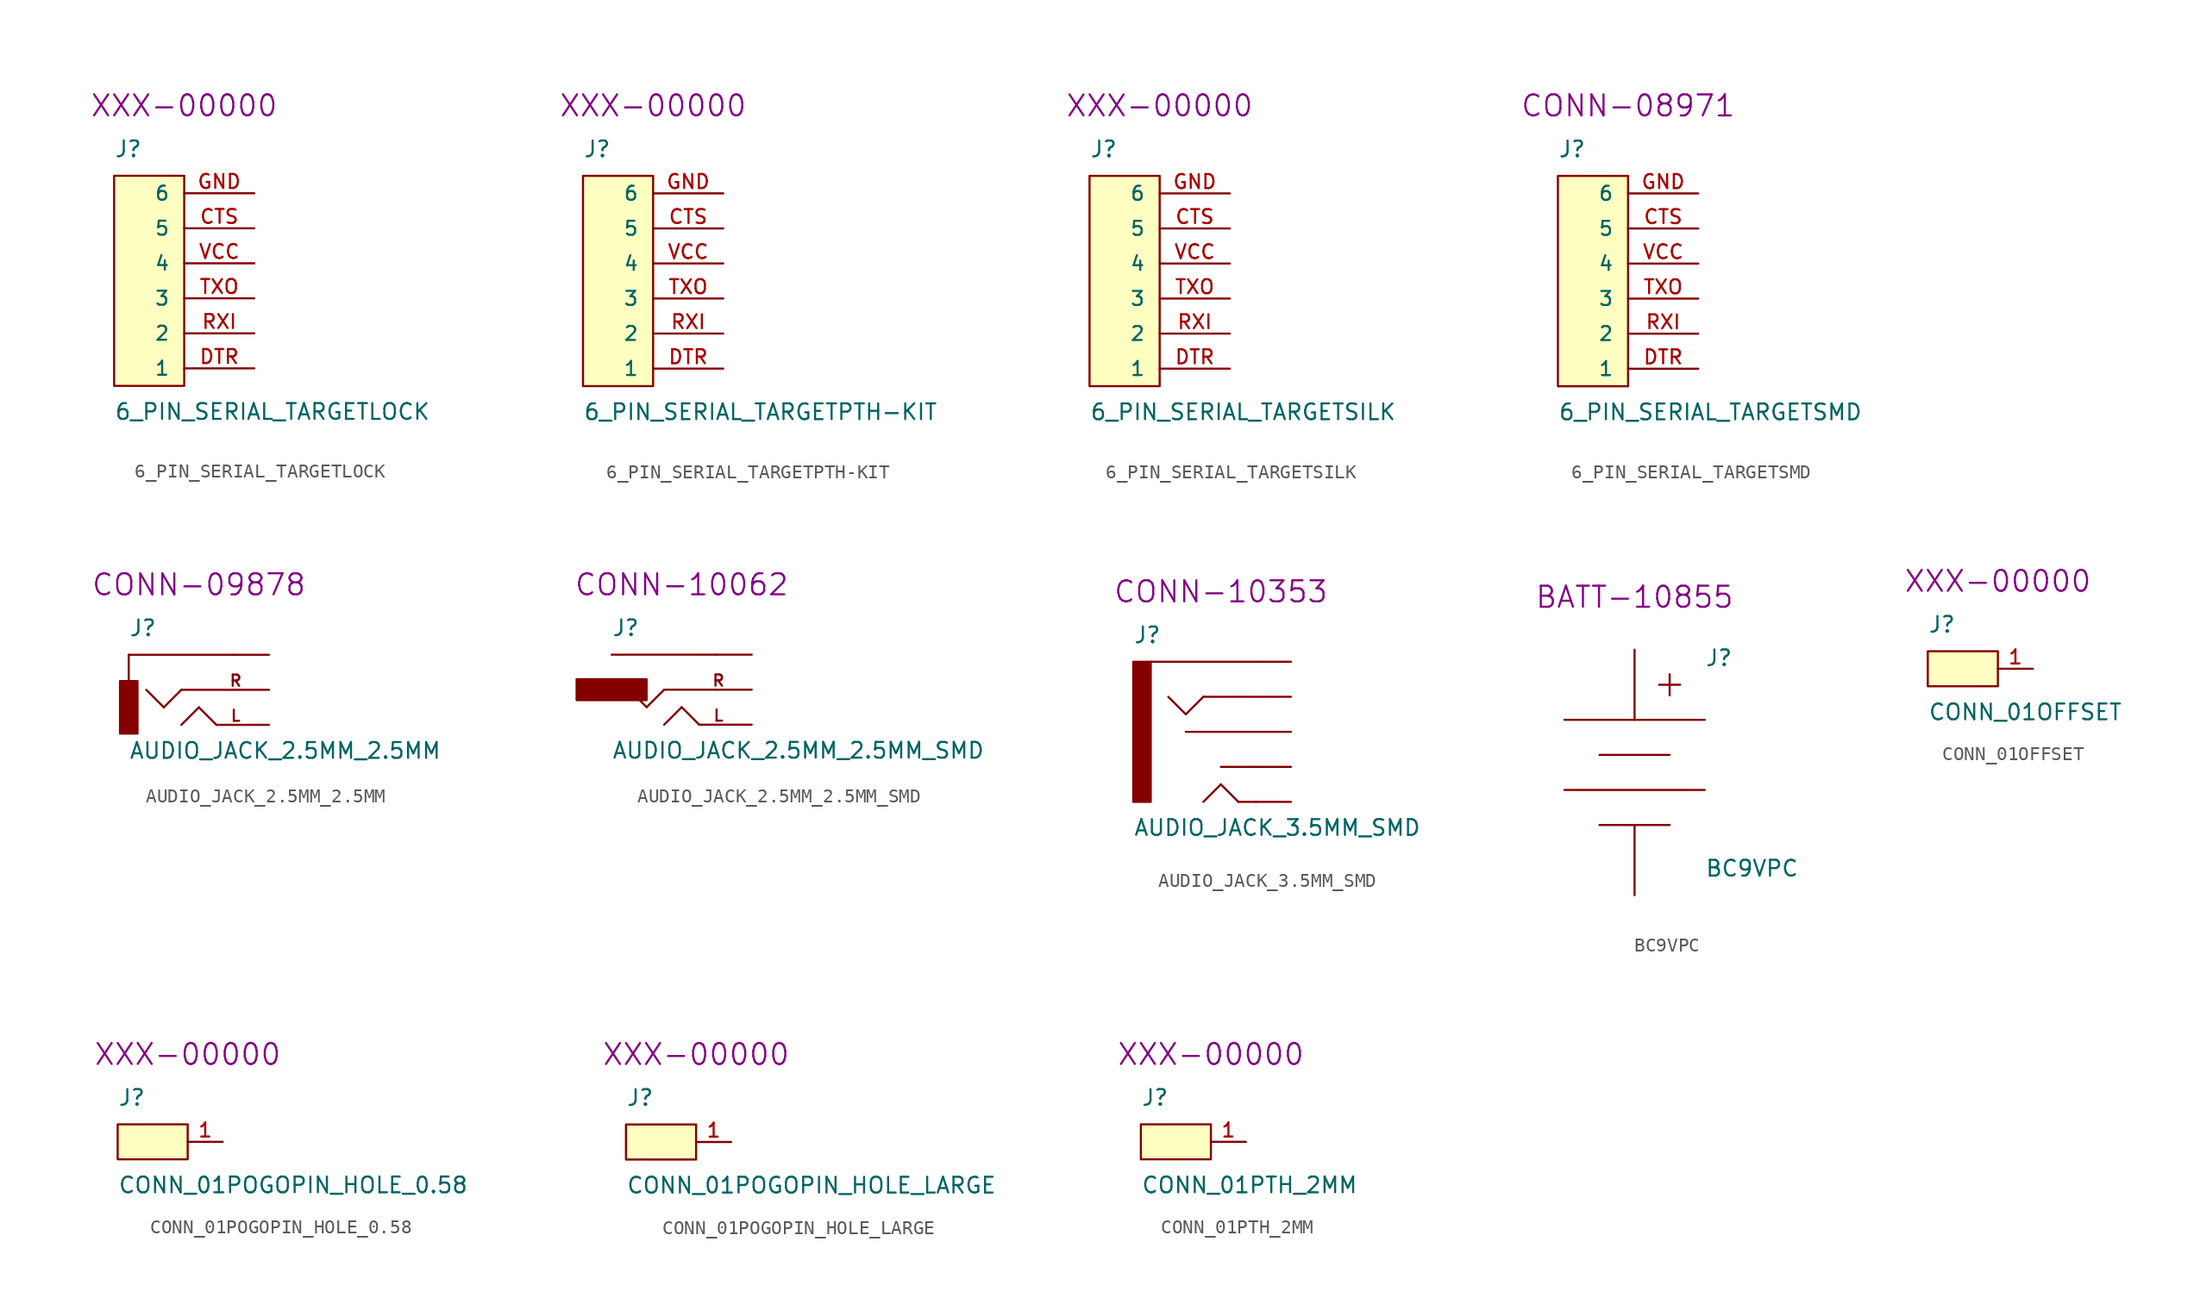
<source format=kicad_sym>
(kicad_symbol_lib
  (version 20220914)
  (generator kicad_symbol_editor)
  (symbol "6_PIN_SERIAL_TARGETLOCK"
    (pin_names
      (offset 1.016))
    (property "Reference" "J"
      (at -5.08 15.24 0)
      (effects (font (size 1.143 1.143)) (justify left bottom)))
    (property "Value" "6_PIN_SERIAL_TARGETLOCK"
      (at -5.08 -3.81 0)
      (effects (font (size 1.143 1.143)) (justify left bottom)))
    (property "Field4" "XXX-00000"
      (at 0 19.05 0)
      (effects (font (size 1.524 1.524))))
    (property "ki_locked" ""
      (at 0 0 0)
      (effects (font (size 1.27 1.27))))
    (symbol "6_PIN_SERIAL_TARGETLOCK_0_1"
      (rectangle (start -5.08 13.97) (end 0 -1.27) (stroke (width 0) (type solid)) (fill (type background))))
    (symbol "6_PIN_SERIAL_TARGETLOCK_1_1"
      (pin passive line (at 5.08 10.16 180) (length 5.08) (name "5" (effects (font (size 1.016 1.016)))) (number "CTS" (effects (font (size 1.016 1.016)))))
      (pin passive line (at 5.08 0 180) (length 5.08) (name "1" (effects (font (size 1.016 1.016)))) (number "DTR" (effects (font (size 1.016 1.016)))))
      (pin passive line (at 5.08 12.7 180) (length 5.08) (name "6" (effects (font (size 1.016 1.016)))) (number "GND" (effects (font (size 1.016 1.016)))))
      (pin passive line (at 5.08 2.54 180) (length 5.08) (name "2" (effects (font (size 1.016 1.016)))) (number "RXI" (effects (font (size 1.016 1.016)))))
      (pin passive line (at 5.08 5.08 180) (length 5.08) (name "3" (effects (font (size 1.016 1.016)))) (number "TXO" (effects (font (size 1.016 1.016)))))
      (pin passive line (at 5.08 7.62 180) (length 5.08) (name "4" (effects (font (size 1.016 1.016)))) (number "VCC" (effects (font (size 1.016 1.016)))))))
  (symbol "6_PIN_SERIAL_TARGETPTH-KIT"
    (pin_names
      (offset 1.016))
    (property "Reference" "J"
      (at -5.08 15.24 0)
      (effects (font (size 1.143 1.143)) (justify left bottom)))
    (property "Value" "6_PIN_SERIAL_TARGETPTH-KIT"
      (at -5.08 -3.81 0)
      (effects (font (size 1.143 1.143)) (justify left bottom)))
    (property "Field4" "XXX-00000"
      (at 0 19.05 0)
      (effects (font (size 1.524 1.524))))
    (property "ki_locked" ""
      (at 0 0 0)
      (effects (font (size 1.27 1.27))))
    (symbol "6_PIN_SERIAL_TARGETPTH-KIT_0_1"
      (rectangle (start -5.08 13.97) (end 0 -1.27) (stroke (width 0) (type solid)) (fill (type background))))
    (symbol "6_PIN_SERIAL_TARGETPTH-KIT_1_1"
      (pin passive line (at 5.08 10.16 180) (length 5.08) (name "5" (effects (font (size 1.016 1.016)))) (number "CTS" (effects (font (size 1.016 1.016)))))
      (pin passive line (at 5.08 0 180) (length 5.08) (name "1" (effects (font (size 1.016 1.016)))) (number "DTR" (effects (font (size 1.016 1.016)))))
      (pin passive line (at 5.08 12.7 180) (length 5.08) (name "6" (effects (font (size 1.016 1.016)))) (number "GND" (effects (font (size 1.016 1.016)))))
      (pin passive line (at 5.08 2.54 180) (length 5.08) (name "2" (effects (font (size 1.016 1.016)))) (number "RXI" (effects (font (size 1.016 1.016)))))
      (pin passive line (at 5.08 5.08 180) (length 5.08) (name "3" (effects (font (size 1.016 1.016)))) (number "TXO" (effects (font (size 1.016 1.016)))))
      (pin passive line (at 5.08 7.62 180) (length 5.08) (name "4" (effects (font (size 1.016 1.016)))) (number "VCC" (effects (font (size 1.016 1.016)))))))
  (symbol "6_PIN_SERIAL_TARGETSILK"
    (pin_names
      (offset 1.016))
    (property "Reference" "J"
      (at -5.08 15.24 0)
      (effects (font (size 1.143 1.143)) (justify left bottom)))
    (property "Value" "6_PIN_SERIAL_TARGETSILK"
      (at -5.08 -3.81 0)
      (effects (font (size 1.143 1.143)) (justify left bottom)))
    (property "Field4" "XXX-00000"
      (at 0 19.05 0)
      (effects (font (size 1.524 1.524))))
    (property "ki_locked" ""
      (at 0 0 0)
      (effects (font (size 1.27 1.27))))
    (symbol "6_PIN_SERIAL_TARGETSILK_0_1"
      (rectangle (start -5.08 13.97) (end 0 -1.27) (stroke (width 0) (type solid)) (fill (type background))))
    (symbol "6_PIN_SERIAL_TARGETSILK_1_1"
      (pin passive line (at 5.08 10.16 180) (length 5.08) (name "5" (effects (font (size 1.016 1.016)))) (number "CTS" (effects (font (size 1.016 1.016)))))
      (pin passive line (at 5.08 0 180) (length 5.08) (name "1" (effects (font (size 1.016 1.016)))) (number "DTR" (effects (font (size 1.016 1.016)))))
      (pin passive line (at 5.08 12.7 180) (length 5.08) (name "6" (effects (font (size 1.016 1.016)))) (number "GND" (effects (font (size 1.016 1.016)))))
      (pin passive line (at 5.08 2.54 180) (length 5.08) (name "2" (effects (font (size 1.016 1.016)))) (number "RXI" (effects (font (size 1.016 1.016)))))
      (pin passive line (at 5.08 5.08 180) (length 5.08) (name "3" (effects (font (size 1.016 1.016)))) (number "TXO" (effects (font (size 1.016 1.016)))))
      (pin passive line (at 5.08 7.62 180) (length 5.08) (name "4" (effects (font (size 1.016 1.016)))) (number "VCC" (effects (font (size 1.016 1.016)))))))
  (symbol "6_PIN_SERIAL_TARGETSMD"
    (pin_names
      (offset 1.016))
    (property "Reference" "J"
      (at -5.08 15.24 0)
      (effects (font (size 1.143 1.143)) (justify left bottom)))
    (property "Value" "6_PIN_SERIAL_TARGETSMD"
      (at -5.08 -3.81 0)
      (effects (font (size 1.143 1.143)) (justify left bottom)))
    (property "Field4" "CONN-08971"
      (at 0 19.05 0)
      (effects (font (size 1.524 1.524))))
    (property "ki_locked" ""
      (at 0 0 0)
      (effects (font (size 1.27 1.27))))
    (symbol "6_PIN_SERIAL_TARGETSMD_0_1"
      (rectangle (start -5.08 13.97) (end 0 -1.27) (stroke (width 0) (type solid)) (fill (type background))))
    (symbol "6_PIN_SERIAL_TARGETSMD_1_1"
      (pin passive line (at 5.08 10.16 180) (length 5.08) (name "5" (effects (font (size 1.016 1.016)))) (number "CTS" (effects (font (size 1.016 1.016)))))
      (pin passive line (at 5.08 0 180) (length 5.08) (name "1" (effects (font (size 1.016 1.016)))) (number "DTR" (effects (font (size 1.016 1.016)))))
      (pin passive line (at 5.08 12.7 180) (length 5.08) (name "6" (effects (font (size 1.016 1.016)))) (number "GND" (effects (font (size 1.016 1.016)))))
      (pin passive line (at 5.08 2.54 180) (length 5.08) (name "2" (effects (font (size 1.016 1.016)))) (number "RXI" (effects (font (size 1.016 1.016)))))
      (pin passive line (at 5.08 5.08 180) (length 5.08) (name "3" (effects (font (size 1.016 1.016)))) (number "TXO" (effects (font (size 1.016 1.016)))))
      (pin passive line (at 5.08 7.62 180) (length 5.08) (name "4" (effects (font (size 1.016 1.016)))) (number "VCC" (effects (font (size 1.016 1.016)))))))
  (symbol "AUDIO_JACK_2.5MM_2.5MM"
    (pin_numbers hide)
    (pin_names
      (offset 1.016) hide)
    (property "Reference" "J"
      (at -5.08 3.81 0)
      (effects (font (size 1.143 1.143)) (justify left bottom)))
    (property "Value" "AUDIO_JACK_2.5MM_2.5MM"
      (at -5.08 -5.08 0)
      (effects (font (size 1.143 1.143)) (justify left bottom)))
    (property "Field4" "CONN-09878"
      (at 0 7.62 0)
      (effects (font (size 1.524 1.524))))
    (property "ki_locked" ""
      (at 0 0 0)
      (effects (font (size 1.27 1.27))))
    (symbol "AUDIO_JACK_2.5MM_2.5MM_0_1"
      (rectangle (start -5.715 0.635) (end -4.445 -3.175) (stroke (width 0) (type solid)) (fill (type outline)))
      (polyline (pts (xy -5.08 2.54) (xy -5.08 0.635)) (stroke (width 0) (type solid)) (fill (type none))))
    (symbol "AUDIO_JACK_2.5MM_2.5MM_1_0"
      (polyline (pts (xy -2.54 -1.27) (xy -3.81 0)) (stroke (width 0) (type solid)) (fill (type none)))
      (polyline (pts (xy -1.27 -2.54) (xy 0 -1.27)) (stroke (width 0) (type solid)) (fill (type none)))
      (polyline (pts (xy -1.27 0) (xy -2.54 -1.27)) (stroke (width 0) (type solid)) (fill (type none)))
      (polyline (pts (xy 0 -1.27) (xy 1.27 -2.54)) (stroke (width 0) (type solid)) (fill (type none)))
      (polyline (pts (xy 1.27 -2.54) (xy 2.54 -2.54)) (stroke (width 0) (type solid)) (fill (type none)))
      (polyline (pts (xy 2.54 0) (xy -1.27 0)) (stroke (width 0) (type solid)) (fill (type none)))
      (polyline (pts (xy 2.54 2.54) (xy -5.08 2.54)) (stroke (width 0) (type solid)) (fill (type none)))
      (text "L" (at 2.667 -1.88 0) (effects (font (size 0.813 0.813))))
      (text "R" (at 2.667 0.66 0) (effects (font (size 0.813 0.813)))))
    (symbol "AUDIO_JACK_2.5MM_2.5MM_1_1"
      (pin bidirectional line (at 5.08 2.54 180) (length 2.54) (name "SLEEVE" (effects (font (size 1.016 1.016)))) (number "RING" (effects (font (size 1.016 1.016)))))
      (pin bidirectional line (at 5.08 -2.54 180) (length 2.54) (name "LEFT" (effects (font (size 1.016 1.016)))) (number "SHIE" (effects (font (size 1.016 1.016)))))
      (pin bidirectional line (at 5.08 0 180) (length 2.54) (name "RIGHT" (effects (font (size 1.016 1.016)))) (number "TIP" (effects (font (size 1.016 1.016)))))))
  (symbol "AUDIO_JACK_2.5MM_2.5MM_SMD"
    (pin_numbers hide)
    (pin_names
      (offset 1.016) hide)
    (property "Reference" "J"
      (at -5.08 3.81 0)
      (effects (font (size 1.143 1.143)) (justify left bottom)))
    (property "Value" "AUDIO_JACK_2.5MM_2.5MM_SMD"
      (at -5.08 -5.08 0)
      (effects (font (size 1.143 1.143)) (justify left bottom)))
    (property "Field4" "CONN-10062"
      (at 0 7.62 0)
      (effects (font (size 1.524 1.524))))
    (property "ki_locked" ""
      (at 0 0 0)
      (effects (font (size 1.27 1.27))))
    (symbol "AUDIO_JACK_2.5MM_2.5MM_SMD_1_0"
      (polyline (pts (xy -2.54 -1.27) (xy -3.81 0)) (stroke (width 0) (type solid)) (fill (type none)))
      (polyline (pts (xy -1.27 -2.54) (xy 0 -1.27)) (stroke (width 0) (type solid)) (fill (type none)))
      (polyline (pts (xy -1.27 0) (xy -2.54 -1.27)) (stroke (width 0) (type solid)) (fill (type none)))
      (polyline (pts (xy 0 -1.27) (xy 1.27 -2.54)) (stroke (width 0) (type solid)) (fill (type none)))
      (polyline (pts (xy 1.27 -2.54) (xy 2.54 -2.54)) (stroke (width 0) (type solid)) (fill (type none)))
      (polyline (pts (xy 2.54 0) (xy -1.27 0)) (stroke (width 0) (type solid)) (fill (type none)))
      (polyline (pts (xy 2.54 2.54) (xy -5.08 2.54)) (stroke (width 0) (type solid)) (fill (type none)))
      (text "L" (at 2.667 -1.88 0) (effects (font (size 0.813 0.813))))
      (text "R" (at 2.667 0.66 0) (effects (font (size 0.813 0.813)))))
    (symbol "AUDIO_JACK_2.5MM_2.5MM_SMD_1_1"
      (rectangle (start -7.62 -0.762) (end -2.54 0.762) (stroke (width 0) (type solid)) (fill (type outline)))
      (pin bidirectional line (at 5.08 -2.54 180) (length 2.54) (name "LEFT" (effects (font (size 1.016 1.016)))) (number "1" (effects (font (size 1.016 1.016)))))
      (pin bidirectional line (at 5.08 0 180) (length 2.54) (name "RIGHT" (effects (font (size 1.016 1.016)))) (number "4" (effects (font (size 1.016 1.016)))))
      (pin bidirectional line (at 5.08 2.54 180) (length 2.54) (name "SLEEVE" (effects (font (size 1.016 1.016)))) (number "5" (effects (font (size 1.016 1.016)))))))
  (symbol "AUDIO_JACK_3.5MM_SMD"
    (pin_numbers hide)
    (pin_names
      (offset 1.016) hide)
    (property "Reference" "J"
      (at -6.35 6.35 0)
      (effects (font (size 1.143 1.143)) (justify left bottom)))
    (property "Value" "AUDIO_JACK_3.5MM_SMD"
      (at -6.35 -7.62 0)
      (effects (font (size 1.143 1.143)) (justify left bottom)))
    (property "Field4" "CONN-10353"
      (at 0 10.16 0)
      (effects (font (size 1.524 1.524))))
    (property "ki_locked" ""
      (at 0 0 0)
      (effects (font (size 1.27 1.27))))
    (symbol "AUDIO_JACK_3.5MM_SMD_1_0"
      (polyline (pts (xy -2.54 0) (xy 2.54 0)) (stroke (width 0) (type solid)) (fill (type none)))
      (polyline (pts (xy -2.54 1.27) (xy -3.81 2.54)) (stroke (width 0) (type solid)) (fill (type none)))
      (polyline (pts (xy -1.27 -5.08) (xy 0 -3.81)) (stroke (width 0) (type solid)) (fill (type none)))
      (polyline (pts (xy -1.27 2.54) (xy -2.54 1.27)) (stroke (width 0) (type solid)) (fill (type none)))
      (polyline (pts (xy 0 -3.81) (xy 1.27 -5.08)) (stroke (width 0) (type solid)) (fill (type none)))
      (polyline (pts (xy 0 -2.54) (xy 2.54 -2.54)) (stroke (width 0) (type solid)) (fill (type none)))
      (polyline (pts (xy 1.27 -5.08) (xy 2.54 -5.08)) (stroke (width 0) (type solid)) (fill (type none)))
      (polyline (pts (xy 2.54 2.54) (xy -1.27 2.54)) (stroke (width 0) (type solid)) (fill (type none)))
      (polyline (pts (xy 2.54 5.08) (xy -5.08 5.08)) (stroke (width 0) (type solid)) (fill (type none))))
    (symbol "AUDIO_JACK_3.5MM_SMD_1_1"
      (rectangle (start -6.35 -5.08) (end -5.08 5.08) (stroke (width 0) (type solid)) (fill (type outline)))
      (pin bidirectional line (at 5.08 2.54 180) (length 2.54) (name "RING" (effects (font (size 1.016 1.016)))) (number "RING" (effects (font (size 1.016 1.016)))))
      (pin bidirectional line (at 5.08 0 180) (length 2.54) (name "RSH" (effects (font (size 1.016 1.016)))) (number "RSH" (effects (font (size 1.016 1.016)))))
      (pin bidirectional line (at 5.08 5.08 180) (length 2.54) (name "SLEEVE" (effects (font (size 1.016 1.016)))) (number "SLEE" (effects (font (size 1.016 1.016)))))
      (pin bidirectional line (at 5.08 -5.08 180) (length 2.54) (name "TIP" (effects (font (size 1.016 1.016)))) (number "TIP" (effects (font (size 1.016 1.016)))))
      (pin bidirectional line (at 5.08 -2.54 180) (length 2.54) (name "TSH" (effects (font (size 1.016 1.016)))) (number "TSH" (effects (font (size 1.016 1.016)))))))
  (symbol "BC9VPC"
    (pin_numbers hide)
    (pin_names
      (offset 1.016) hide)
    (property "Reference" "J"
      (at 5.08 6.35 0)
      (effects (font (size 1.143 1.143)) (justify left bottom)))
    (property "Value" "BC9VPC"
      (at 5.08 -8.89 0)
      (effects (font (size 1.143 1.143)) (justify left bottom)))
    (property "Field4" "BATT-10855"
      (at 0 11.43 0)
      (effects (font (size 1.524 1.524))))
    (property "ki_locked" ""
      (at 0 0 0)
      (effects (font (size 1.27 1.27))))
    (symbol "BC9VPC_1_0"
      (polyline (pts (xy -5.08 -2.54) (xy 5.08 -2.54)) (stroke (width 0) (type solid)) (fill (type none)))
      (polyline (pts (xy -5.08 2.54) (xy 5.08 2.54)) (stroke (width 0) (type solid)) (fill (type none)))
      (polyline (pts (xy -2.54 -5.08) (xy 2.54 -5.08)) (stroke (width 0) (type solid)) (fill (type none)))
      (polyline (pts (xy -2.54 0) (xy 2.54 0)) (stroke (width 0) (type solid)) (fill (type none)))
      (polyline (pts (xy 1.778 5.08) (xy 3.302 5.08)) (stroke (width 0) (type solid)) (fill (type none)))
      (polyline (pts (xy 2.54 5.842) (xy 2.54 4.318)) (stroke (width 0) (type solid)) (fill (type none))))
    (symbol "BC9VPC_1_1"
      (pin bidirectional line (at 0 7.62 270) (length 5.08) (name "V+" (effects (font (size 1.016 1.016)))) (number "V+" (effects (font (size 1.016 1.016)))))
      (pin bidirectional line (at 0 -10.16 90) (length 5.08) (name "V-" (effects (font (size 1.016 1.016)))) (number "V-" (effects (font (size 1.016 1.016)))))))
  (symbol "CONN_01OFFSET"
    (pin_names
      (offset 1.016) hide)
    (property "Reference" "J"
      (at -5.08 2.54 0)
      (effects (font (size 1.143 1.143)) (justify left bottom)))
    (property "Value" "CONN_01OFFSET"
      (at -5.08 -3.81 0)
      (effects (font (size 1.143 1.143)) (justify left bottom)))
    (property "Field4" "XXX-00000"
      (at 0 6.35 0)
      (effects (font (size 1.524 1.524))))
    (symbol "CONN_01OFFSET_1_0"
      (rectangle (start 0 -1.27) (end -5.08 1.27) (stroke (width 0) (type solid)) (fill (type background))))
    (symbol "CONN_01OFFSET_1_1"
      (pin passive line (at 2.54 0 180) (length 2.54) (name "1" (effects (font (size 1.016 1.016)))) (number "1" (effects (font (size 1.016 1.016)))))))
  (symbol "CONN_01POGOPIN_HOLE_0.58"
    (pin_names
      (offset 1.016) hide)
    (property "Reference" "J"
      (at -5.08 2.54 0)
      (effects (font (size 1.143 1.143)) (justify left bottom)))
    (property "Value" "CONN_01POGOPIN_HOLE_0.58"
      (at -5.08 -3.81 0)
      (effects (font (size 1.143 1.143)) (justify left bottom)))
    (property "Field4" "XXX-00000"
      (at 0 6.35 0)
      (effects (font (size 1.524 1.524))))
    (symbol "CONN_01POGOPIN_HOLE_0.58_1_0"
      (rectangle (start 0 -1.27) (end -5.08 1.27) (stroke (width 0) (type solid)) (fill (type background))))
    (symbol "CONN_01POGOPIN_HOLE_0.58_1_1"
      (pin passive line (at 2.54 0 180) (length 2.54) (name "1" (effects (font (size 1.016 1.016)))) (number "1" (effects (font (size 1.016 1.016)))))))
  (symbol "CONN_01POGOPIN_HOLE_LARGE"
    (pin_names
      (offset 1.016) hide)
    (property "Reference" "J"
      (at -5.08 2.54 0)
      (effects (font (size 1.143 1.143)) (justify left bottom)))
    (property "Value" "CONN_01POGOPIN_HOLE_LARGE"
      (at -5.08 -3.81 0)
      (effects (font (size 1.143 1.143)) (justify left bottom)))
    (property "Field4" "XXX-00000"
      (at 0 6.35 0)
      (effects (font (size 1.524 1.524))))
    (symbol "CONN_01POGOPIN_HOLE_LARGE_1_0"
      (rectangle (start 0 -1.27) (end -5.08 1.27) (stroke (width 0) (type solid)) (fill (type background))))
    (symbol "CONN_01POGOPIN_HOLE_LARGE_1_1"
      (pin passive line (at 2.54 0 180) (length 2.54) (name "1" (effects (font (size 1.016 1.016)))) (number "1" (effects (font (size 1.016 1.016)))))))
  (symbol "CONN_01PTH_2MM"
    (pin_names
      (offset 1.016) hide)
    (property "Reference" "J"
      (at -5.08 2.54 0)
      (effects (font (size 1.143 1.143)) (justify left bottom)))
    (property "Value" "CONN_01PTH_2MM"
      (at -5.08 -3.81 0)
      (effects (font (size 1.143 1.143)) (justify left bottom)))
    (property "Field4" "XXX-00000"
      (at 0 6.35 0)
      (effects (font (size 1.524 1.524))))
    (symbol "CONN_01PTH_2MM_1_0"
      (rectangle (start 0 -1.27) (end -5.08 1.27) (stroke (width 0) (type solid)) (fill (type background))))
    (symbol "CONN_01PTH_2MM_1_1"
      (pin passive line (at 2.54 0 180) (length 2.54) (name "1" (effects (font (size 1.016 1.016)))) (number "1" (effects (font (size 1.016 1.016))))))))
</source>
